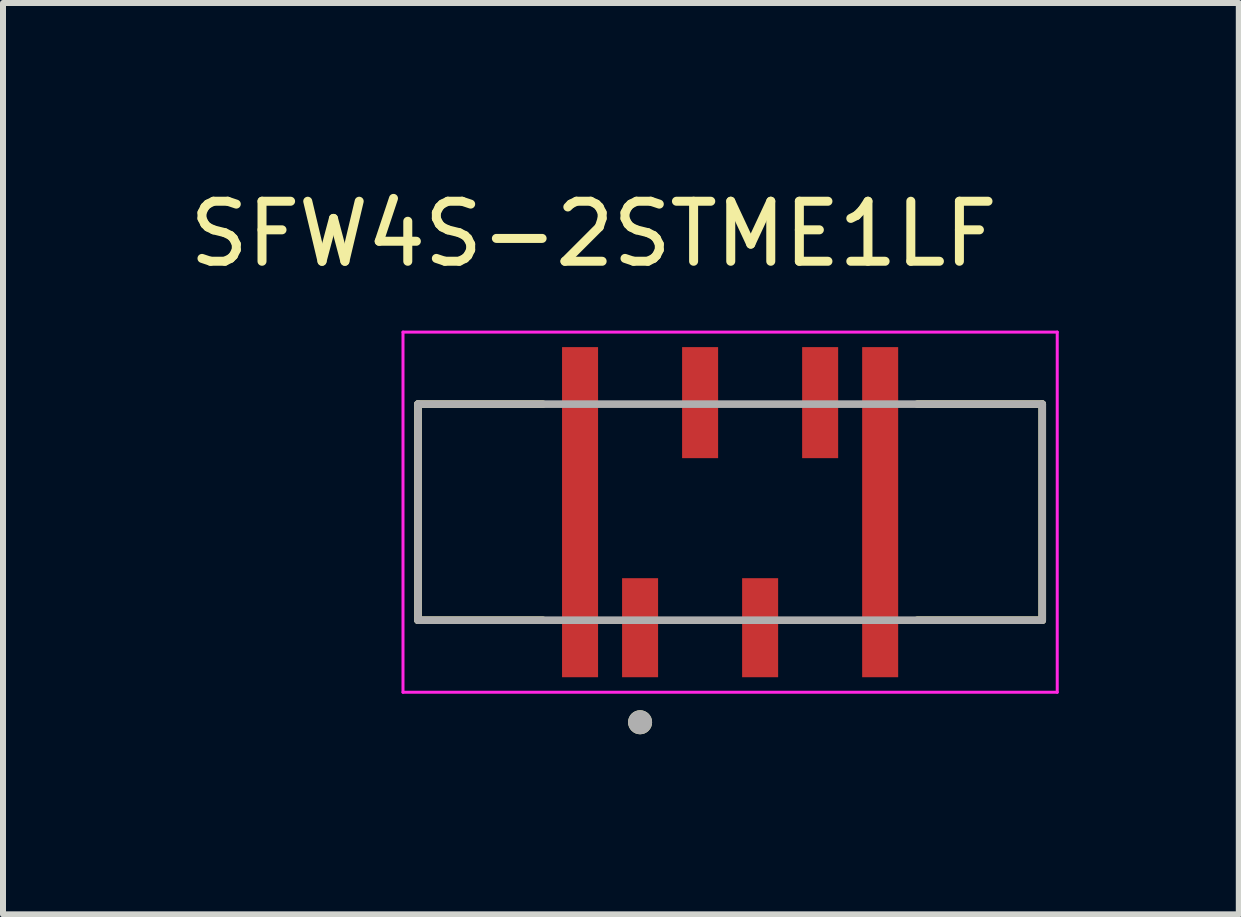
<source format=kicad_pcb>
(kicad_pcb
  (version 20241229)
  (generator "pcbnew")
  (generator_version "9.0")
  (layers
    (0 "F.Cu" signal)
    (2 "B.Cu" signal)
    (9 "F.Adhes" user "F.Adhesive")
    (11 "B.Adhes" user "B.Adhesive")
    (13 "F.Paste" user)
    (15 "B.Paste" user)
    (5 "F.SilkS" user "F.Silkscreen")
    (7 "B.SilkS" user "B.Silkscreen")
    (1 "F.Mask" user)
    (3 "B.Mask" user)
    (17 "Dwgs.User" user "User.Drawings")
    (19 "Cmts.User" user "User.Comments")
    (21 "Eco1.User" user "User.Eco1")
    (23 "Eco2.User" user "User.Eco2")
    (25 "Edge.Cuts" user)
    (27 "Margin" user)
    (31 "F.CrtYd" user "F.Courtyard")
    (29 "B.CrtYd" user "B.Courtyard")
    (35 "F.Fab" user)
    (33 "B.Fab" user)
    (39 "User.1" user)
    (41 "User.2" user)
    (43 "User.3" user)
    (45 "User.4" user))
  (footprint "SFW4S-2STME1LF"
    (layer "F.Cu")
    (at 9.114 5.483)
    (property "Reference" "SFW4S-2STME1LF" (at -2.275 -4.635 180) (layer "F.SilkS") (effects (font (size 1 1) (thickness 0.15))))
    (attr smd)
    (fp_line (start -5.2 -1.8) (end -3.12 -1.8) (stroke (width 0.127) (type solid)) (layer "F.SilkS"))
    (fp_line (start -5.2 1.8) (end -5.2 -1.8) (stroke (width 0.127) (type solid)) (layer "F.SilkS"))
    (fp_line (start -3.12 1.8) (end -5.2 1.8) (stroke (width 0.127) (type solid)) (layer "F.SilkS"))
    (fp_line (start 3.12 -1.8) (end 5.2 -1.8) (stroke (width 0.127) (type solid)) (layer "F.SilkS"))
    (fp_line (start 5.2 -1.8) (end 5.2 1.8) (stroke (width 0.127) (type solid)) (layer "F.SilkS"))
    (fp_line (start 5.2 1.8) (end 3.12 1.8) (stroke (width 0.127) (type solid)) (layer "F.SilkS"))
    (fp_circle (center -1.5 3.5) (end -1.4 3.5) (stroke (width 0.2) (type solid)) (fill no) (layer "F.SilkS"))
    (fp_line (start -5.45 -3) (end -5.45 3) (stroke (width 0.05) (type solid)) (layer "F.CrtYd"))
    (fp_line (start -5.45 3) (end 5.45 3) (stroke (width 0.05) (type solid)) (layer "F.CrtYd"))
    (fp_line (start 5.45 -3) (end -5.45 -3) (stroke (width 0.05) (type solid)) (layer "F.CrtYd"))
    (fp_line (start 5.45 3) (end 5.45 -3) (stroke (width 0.05) (type solid)) (layer "F.CrtYd"))
    (fp_line (start -5.2 -1.8) (end 5.2 -1.8) (stroke (width 0.127) (type solid)) (layer "F.Fab"))
    (fp_line (start -5.2 1.8) (end -5.2 -1.8) (stroke (width 0.127) (type solid)) (layer "F.Fab"))
    (fp_line (start 5.2 -1.8) (end 5.2 1.8) (stroke (width 0.127) (type solid)) (layer "F.Fab"))
    (fp_line (start 5.2 1.8) (end -5.2 1.8) (stroke (width 0.127) (type solid)) (layer "F.Fab"))
    (fp_circle (center -1.5 3.5) (end -1.4 3.5) (stroke (width 0.2) (type solid)) (fill no) (layer "F.Fab"))
    (pad "1" smd rect (at -1.5 1.925) (size 0.6 1.65) (layers "F.Cu" "F.Mask" "F.Paste"))
    (pad "2" smd rect (at -0.5 -1.825) (size 0.6 1.85) (layers "F.Cu" "F.Mask" "F.Paste"))
    (pad "3" smd rect (at 0.5 1.925) (size 0.6 1.65) (layers "F.Cu" "F.Mask" "F.Paste"))
    (pad "4" smd rect (at 1.5 -1.825) (size 0.6 1.85) (layers "F.Cu" "F.Mask" "F.Paste"))
    (pad "S1" smd rect (at -2.5 0) (size 0.6 5.5) (layers "F.Cu" "F.Mask" "F.Paste"))
    (pad "S2" smd rect (at 2.5 0) (size 0.6 5.5) (layers "F.Cu" "F.Mask" "F.Paste")))
  (gr_rect
    (start -3 -3)
    (end 17.589 12.183)
    (stroke (width 0.1) (type default))
    (fill no)
    (layer "Edge.Cuts")))
</source>
